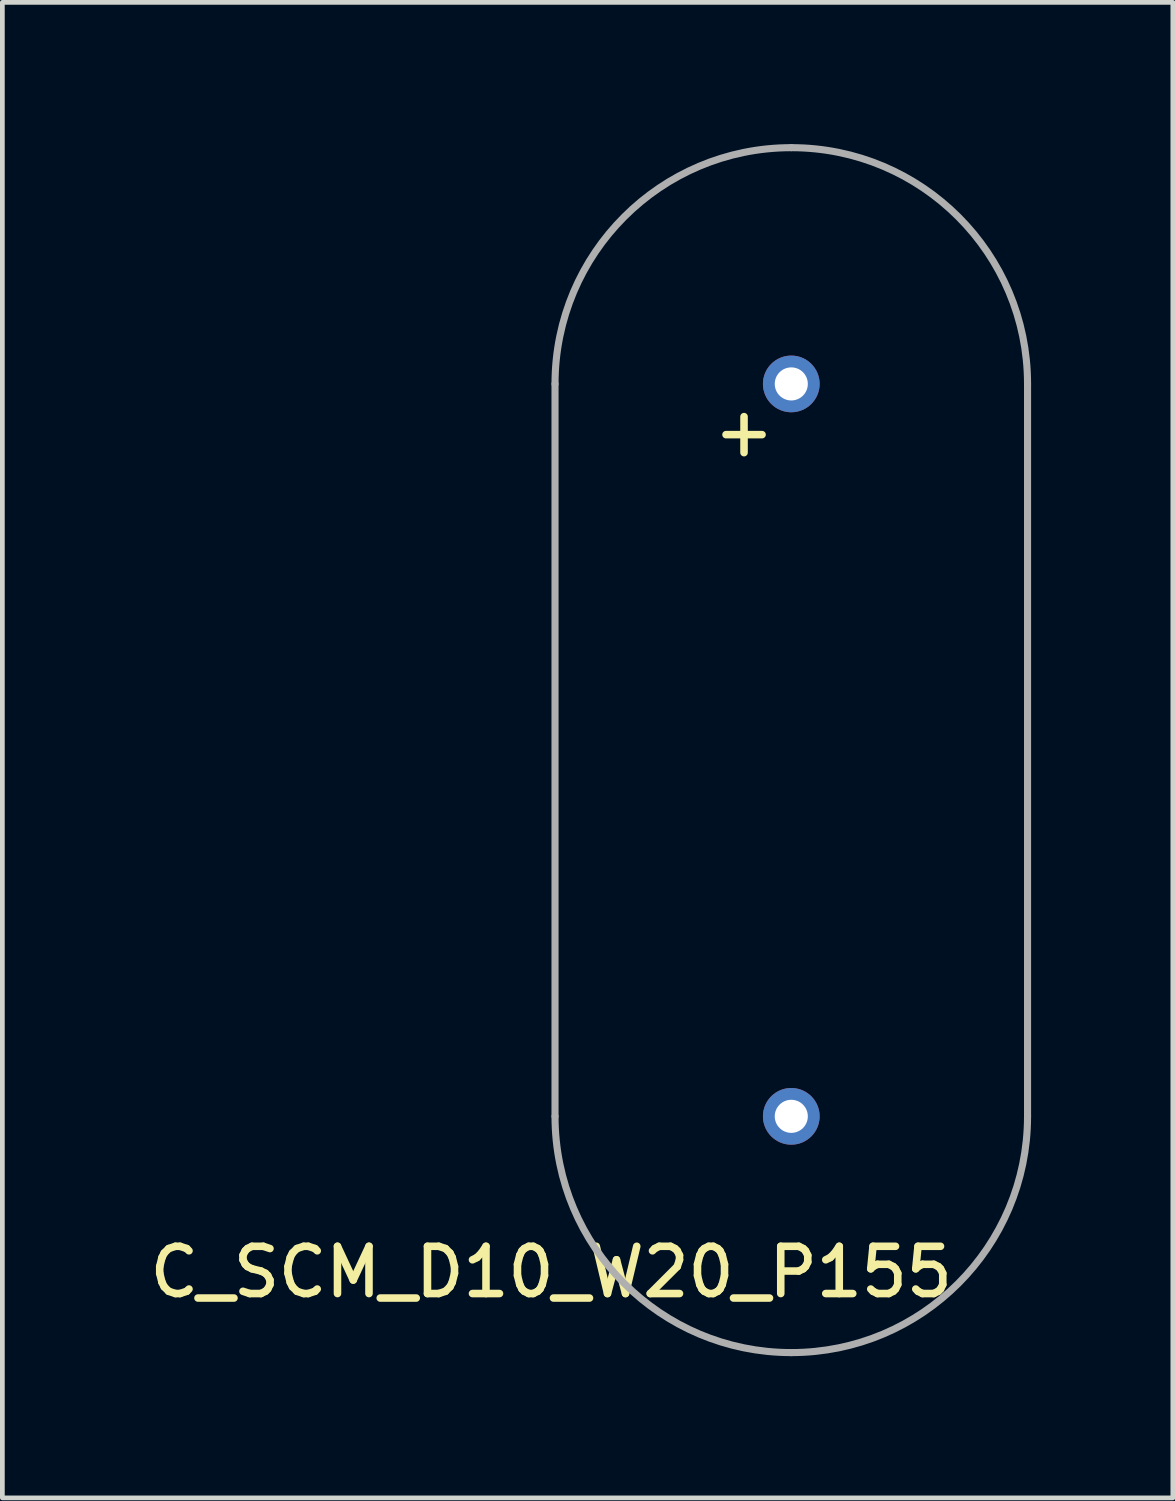
<source format=kicad_pcb>
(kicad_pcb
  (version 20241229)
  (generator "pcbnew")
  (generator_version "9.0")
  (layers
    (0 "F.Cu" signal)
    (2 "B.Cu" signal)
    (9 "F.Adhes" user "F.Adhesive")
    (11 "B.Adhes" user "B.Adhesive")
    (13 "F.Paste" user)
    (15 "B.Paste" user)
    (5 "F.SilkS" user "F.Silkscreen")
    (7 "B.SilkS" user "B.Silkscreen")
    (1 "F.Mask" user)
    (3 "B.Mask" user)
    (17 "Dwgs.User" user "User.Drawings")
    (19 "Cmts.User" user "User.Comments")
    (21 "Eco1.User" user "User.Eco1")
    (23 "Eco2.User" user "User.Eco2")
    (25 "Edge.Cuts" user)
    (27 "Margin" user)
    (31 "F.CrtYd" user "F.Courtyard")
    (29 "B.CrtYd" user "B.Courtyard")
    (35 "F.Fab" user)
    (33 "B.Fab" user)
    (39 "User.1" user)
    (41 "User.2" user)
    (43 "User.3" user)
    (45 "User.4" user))
  (footprint "C_SCM_D10_W20_P155"
    (layer "F.Cu")
    (at 13.696 5.075)
    (property "Reference" "C_SCM_D10_W20_P155" (at -5.08 18.796 180) (layer "F.SilkS") (effects (font (size 1 1) (thickness 0.16))))
    (attr through_hole)
    (fp_line (start -5 0) (end -5 15.5) (stroke (width 0.15) (type solid)) (layer "F.Fab"))
    (fp_line (start 5 0) (end 5 15.5) (stroke (width 0.15) (type solid)) (layer "F.Fab"))
    (fp_arc (start -5 0) (mid -3.535534 -3.535534) (end 0 -5) (stroke (width 0.15) (type solid)) (layer "F.Fab"))
    (fp_arc (start 0 -5) (mid 3.535534 -3.535534) (end 5 0) (stroke (width 0.15) (type solid)) (layer "F.Fab"))
    (fp_arc (start 0 20.5) (mid -3.535534 19.035534) (end -5 15.5) (stroke (width 0.15) (type solid)) (layer "F.Fab"))
    (fp_arc (start 5 15.5) (mid 3.535534 19.035534) (end 0 20.5) (stroke (width 0.15) (type solid)) (layer "F.Fab"))
    (fp_text user "+" (at -1 1 0) (layer "F.SilkS") (effects (font (size 1 1) (thickness 0.16))))
    (pad "1" thru_hole circle (at 0 0) (size 1.2 1.2) (drill 0.7) (layers "*.Cu" "*.Mask"))
    (pad "2" thru_hole circle (at 0 15.5) (size 1.2 1.2) (drill 0.7) (layers "*.Cu" "*.Mask")))
  (gr_rect
    (start -3 -3)
    (end 21.771 28.65)
    (stroke (width 0.1) (type default))
    (fill no)
    (layer "Edge.Cuts")))
</source>
